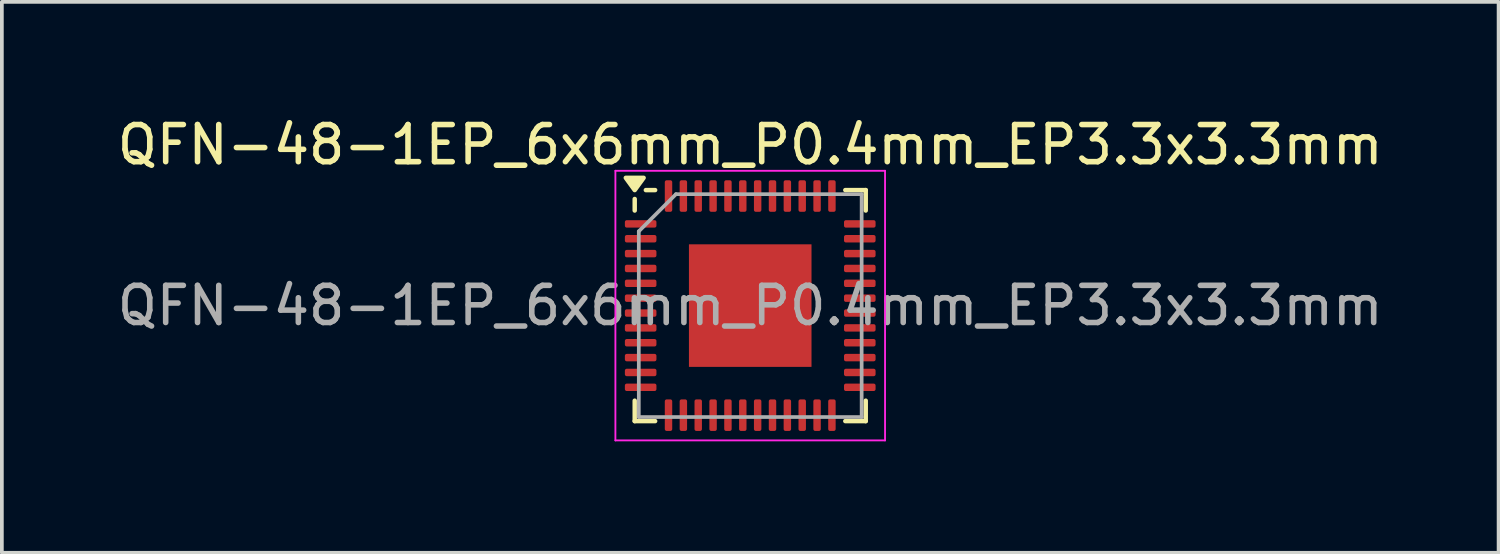
<source format=kicad_pcb>
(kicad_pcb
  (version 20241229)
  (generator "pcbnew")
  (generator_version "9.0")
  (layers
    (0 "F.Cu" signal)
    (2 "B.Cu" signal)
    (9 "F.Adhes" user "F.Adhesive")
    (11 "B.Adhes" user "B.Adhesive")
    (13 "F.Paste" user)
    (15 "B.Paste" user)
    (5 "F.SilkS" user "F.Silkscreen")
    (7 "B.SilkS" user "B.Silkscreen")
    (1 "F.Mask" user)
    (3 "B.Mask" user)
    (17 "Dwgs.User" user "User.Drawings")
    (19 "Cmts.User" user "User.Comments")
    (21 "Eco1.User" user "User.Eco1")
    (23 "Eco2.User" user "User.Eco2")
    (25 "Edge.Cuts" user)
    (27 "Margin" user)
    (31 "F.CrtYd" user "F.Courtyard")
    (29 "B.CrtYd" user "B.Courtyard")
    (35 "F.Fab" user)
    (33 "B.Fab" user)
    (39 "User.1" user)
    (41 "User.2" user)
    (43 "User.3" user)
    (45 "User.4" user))
  (footprint "QFN-48-1EP_6x6mm_P0.4mm_EP3.3x3.3mm"
    (layer "F.Cu")
    (at 17.149 5.178)
    (property "Reference" "QFN-48-1EP_6x6mm_P0.4mm_EP3.3x3.3mm" (at 0 -4.33 0) (layer "F.SilkS") (effects (font (size 1 1) (thickness 0.15))))
    (attr smd)
    (fp_line (start -3.11 -2.56) (end -3.11 -2.87) (stroke (width 0.12) (type solid)) (layer "F.SilkS"))
    (fp_line (start -3.11 3.11) (end -3.11 2.56) (stroke (width 0.12) (type solid)) (layer "F.SilkS"))
    (fp_line (start -2.56 -3.11) (end -2.81 -3.11) (stroke (width 0.12) (type solid)) (layer "F.SilkS"))
    (fp_line (start -2.56 3.11) (end -3.11 3.11) (stroke (width 0.12) (type solid)) (layer "F.SilkS"))
    (fp_line (start 2.56 -3.11) (end 3.11 -3.11) (stroke (width 0.12) (type solid)) (layer "F.SilkS"))
    (fp_line (start 2.56 3.11) (end 3.11 3.11) (stroke (width 0.12) (type solid)) (layer "F.SilkS"))
    (fp_line (start 3.11 -3.11) (end 3.11 -2.56) (stroke (width 0.12) (type solid)) (layer "F.SilkS"))
    (fp_line (start 3.11 3.11) (end 3.11 2.56) (stroke (width 0.12) (type solid)) (layer "F.SilkS"))
    (fp_poly (pts (xy -3.11 -3.11) (xy -3.35 -3.44) (xy -2.87 -3.44) (xy -3.11 -3.11)) (stroke (width 0.12) (type solid)) (fill yes) (layer "F.SilkS"))
    (fp_line (start -3.63 -3.63) (end -3.63 3.63) (stroke (width 0.05) (type solid)) (layer "F.CrtYd"))
    (fp_line (start -3.63 3.63) (end 3.63 3.63) (stroke (width 0.05) (type solid)) (layer "F.CrtYd"))
    (fp_line (start 3.63 -3.63) (end -3.63 -3.63) (stroke (width 0.05) (type solid)) (layer "F.CrtYd"))
    (fp_line (start 3.63 3.63) (end 3.63 -3.63) (stroke (width 0.05) (type solid)) (layer "F.CrtYd"))
    (fp_line (start -3 -2) (end -2 -3) (stroke (width 0.1) (type solid)) (layer "F.Fab"))
    (fp_line (start -3 3) (end -3 -2) (stroke (width 0.1) (type solid)) (layer "F.Fab"))
    (fp_line (start -2 -3) (end 3 -3) (stroke (width 0.1) (type solid)) (layer "F.Fab"))
    (fp_line (start 3 -3) (end 3 3) (stroke (width 0.1) (type solid)) (layer "F.Fab"))
    (fp_line (start 3 3) (end -3 3) (stroke (width 0.1) (type solid)) (layer "F.Fab"))
    (fp_text user "${REFERENCE}" (at 0 0 0) (layer "F.Fab") (effects (font (size 1 1) (thickness 0.15))))
    (pad "" smd roundrect (at -1.07 -1.12) (size 0.8 0.8) (layers "F.Paste") (roundrect_rratio 0.221))
    (pad "" smd roundrect (at -1.07 0) (size 0.8 0.8) (layers "F.Paste") (roundrect_rratio 0.221))
    (pad "" smd roundrect (at -1.07 1.09) (size 0.8 0.8) (layers "F.Paste") (roundrect_rratio 0.221))
    (pad "" smd roundrect (at 0 -1.12) (size 0.8 0.8) (layers "F.Paste") (roundrect_rratio 0.221))
    (pad "" smd roundrect (at 0 0) (size 0.8 0.8) (layers "F.Paste") (roundrect_rratio 0.221))
    (pad "" smd roundrect (at 0 1.09) (size 0.8 0.8) (layers "F.Paste") (roundrect_rratio 0.221))
    (pad "" smd roundrect (at 1.08 -1.13) (size 0.8 0.8) (layers "F.Paste") (roundrect_rratio 0.221))
    (pad "" smd roundrect (at 1.08 -0.01) (size 0.8 0.8) (layers "F.Paste") (roundrect_rratio 0.221))
    (pad "" smd roundrect (at 1.08 1.08) (size 0.8 0.8) (layers "F.Paste") (roundrect_rratio 0.221))
    (pad "1" smd roundrect (at -2.95 -2.2) (size 0.85 0.2) (layers "F.Cu" "F.Mask" "F.Paste") (roundrect_rratio 0.25))
    (pad "2" smd roundrect (at -2.95 -1.8) (size 0.85 0.2) (layers "F.Cu" "F.Mask" "F.Paste") (roundrect_rratio 0.25))
    (pad "3" smd roundrect (at -2.95 -1.4) (size 0.85 0.2) (layers "F.Cu" "F.Mask" "F.Paste") (roundrect_rratio 0.25))
    (pad "4" smd roundrect (at -2.95 -1) (size 0.85 0.2) (layers "F.Cu" "F.Mask" "F.Paste") (roundrect_rratio 0.25))
    (pad "5" smd roundrect (at -2.95 -0.6) (size 0.85 0.2) (layers "F.Cu" "F.Mask" "F.Paste") (roundrect_rratio 0.25))
    (pad "6" smd roundrect (at -2.95 -0.2) (size 0.85 0.2) (layers "F.Cu" "F.Mask" "F.Paste") (roundrect_rratio 0.25))
    (pad "7" smd roundrect (at -2.95 0.2) (size 0.85 0.2) (layers "F.Cu" "F.Mask" "F.Paste") (roundrect_rratio 0.25))
    (pad "8" smd roundrect (at -2.95 0.6) (size 0.85 0.2) (layers "F.Cu" "F.Mask" "F.Paste") (roundrect_rratio 0.25))
    (pad "9" smd roundrect (at -2.95 1) (size 0.85 0.2) (layers "F.Cu" "F.Mask" "F.Paste") (roundrect_rratio 0.25))
    (pad "10" smd roundrect (at -2.95 1.4) (size 0.85 0.2) (layers "F.Cu" "F.Mask" "F.Paste") (roundrect_rratio 0.25))
    (pad "11" smd roundrect (at -2.95 1.8) (size 0.85 0.2) (layers "F.Cu" "F.Mask" "F.Paste") (roundrect_rratio 0.25))
    (pad "12" smd roundrect (at -2.95 2.2) (size 0.85 0.2) (layers "F.Cu" "F.Mask" "F.Paste") (roundrect_rratio 0.25))
    (pad "13" smd roundrect (at -2.2 2.95) (size 0.2 0.85) (layers "F.Cu" "F.Mask" "F.Paste") (roundrect_rratio 0.25))
    (pad "14" smd roundrect (at -1.8 2.95) (size 0.2 0.85) (layers "F.Cu" "F.Mask" "F.Paste") (roundrect_rratio 0.25))
    (pad "15" smd roundrect (at -1.4 2.95) (size 0.2 0.85) (layers "F.Cu" "F.Mask" "F.Paste") (roundrect_rratio 0.25))
    (pad "16" smd roundrect (at -1 2.95) (size 0.2 0.85) (layers "F.Cu" "F.Mask" "F.Paste") (roundrect_rratio 0.25))
    (pad "17" smd roundrect (at -0.6 2.95) (size 0.2 0.85) (layers "F.Cu" "F.Mask" "F.Paste") (roundrect_rratio 0.25))
    (pad "18" smd roundrect (at -0.2 2.95) (size 0.2 0.85) (layers "F.Cu" "F.Mask" "F.Paste") (roundrect_rratio 0.25))
    (pad "19" smd roundrect (at 0.2 2.95) (size 0.2 0.85) (layers "F.Cu" "F.Mask" "F.Paste") (roundrect_rratio 0.25))
    (pad "20" smd roundrect (at 0.6 2.95) (size 0.2 0.85) (layers "F.Cu" "F.Mask" "F.Paste") (roundrect_rratio 0.25))
    (pad "21" smd roundrect (at 1 2.95) (size 0.2 0.85) (layers "F.Cu" "F.Mask" "F.Paste") (roundrect_rratio 0.25))
    (pad "22" smd roundrect (at 1.4 2.95) (size 0.2 0.85) (layers "F.Cu" "F.Mask" "F.Paste") (roundrect_rratio 0.25))
    (pad "23" smd roundrect (at 1.8 2.95) (size 0.2 0.85) (layers "F.Cu" "F.Mask" "F.Paste") (roundrect_rratio 0.25))
    (pad "24" smd roundrect (at 2.2 2.95) (size 0.2 0.85) (layers "F.Cu" "F.Mask" "F.Paste") (roundrect_rratio 0.25))
    (pad "25" smd roundrect (at 2.95 2.2) (size 0.85 0.2) (layers "F.Cu" "F.Mask" "F.Paste") (roundrect_rratio 0.25))
    (pad "26" smd roundrect (at 2.95 1.8) (size 0.85 0.2) (layers "F.Cu" "F.Mask" "F.Paste") (roundrect_rratio 0.25))
    (pad "27" smd roundrect (at 2.95 1.4) (size 0.85 0.2) (layers "F.Cu" "F.Mask" "F.Paste") (roundrect_rratio 0.25))
    (pad "28" smd roundrect (at 2.95 1) (size 0.85 0.2) (layers "F.Cu" "F.Mask" "F.Paste") (roundrect_rratio 0.25))
    (pad "29" smd roundrect (at 2.95 0.6) (size 0.85 0.2) (layers "F.Cu" "F.Mask" "F.Paste") (roundrect_rratio 0.25))
    (pad "30" smd roundrect (at 2.95 0.2) (size 0.85 0.2) (layers "F.Cu" "F.Mask" "F.Paste") (roundrect_rratio 0.25))
    (pad "31" smd roundrect (at 2.95 -0.2) (size 0.85 0.2) (layers "F.Cu" "F.Mask" "F.Paste") (roundrect_rratio 0.25))
    (pad "32" smd roundrect (at 2.95 -0.6) (size 0.85 0.2) (layers "F.Cu" "F.Mask" "F.Paste") (roundrect_rratio 0.25))
    (pad "33" smd roundrect (at 2.95 -1) (size 0.85 0.2) (layers "F.Cu" "F.Mask" "F.Paste") (roundrect_rratio 0.25))
    (pad "34" smd roundrect (at 2.95 -1.4) (size 0.85 0.2) (layers "F.Cu" "F.Mask" "F.Paste") (roundrect_rratio 0.25))
    (pad "35" smd roundrect (at 2.95 -1.8) (size 0.85 0.2) (layers "F.Cu" "F.Mask" "F.Paste") (roundrect_rratio 0.25))
    (pad "36" smd roundrect (at 2.95 -2.2) (size 0.85 0.2) (layers "F.Cu" "F.Mask" "F.Paste") (roundrect_rratio 0.25))
    (pad "37" smd roundrect (at 2.2 -2.95) (size 0.2 0.85) (layers "F.Cu" "F.Mask" "F.Paste") (roundrect_rratio 0.25))
    (pad "38" smd roundrect (at 1.8 -2.95) (size 0.2 0.85) (layers "F.Cu" "F.Mask" "F.Paste") (roundrect_rratio 0.25))
    (pad "39" smd roundrect (at 1.4 -2.95) (size 0.2 0.85) (layers "F.Cu" "F.Mask" "F.Paste") (roundrect_rratio 0.25))
    (pad "40" smd roundrect (at 1 -2.95) (size 0.2 0.85) (layers "F.Cu" "F.Mask" "F.Paste") (roundrect_rratio 0.25))
    (pad "41" smd roundrect (at 0.6 -2.95) (size 0.2 0.85) (layers "F.Cu" "F.Mask" "F.Paste") (roundrect_rratio 0.25))
    (pad "42" smd roundrect (at 0.2 -2.95) (size 0.2 0.85) (layers "F.Cu" "F.Mask" "F.Paste") (roundrect_rratio 0.25))
    (pad "43" smd roundrect (at -0.2 -2.95) (size 0.2 0.85) (layers "F.Cu" "F.Mask" "F.Paste") (roundrect_rratio 0.25))
    (pad "44" smd roundrect (at -0.6 -2.95) (size 0.2 0.85) (layers "F.Cu" "F.Mask" "F.Paste") (roundrect_rratio 0.25))
    (pad "45" smd roundrect (at -1 -2.95) (size 0.2 0.85) (layers "F.Cu" "F.Mask" "F.Paste") (roundrect_rratio 0.25))
    (pad "46" smd roundrect (at -1.4 -2.95) (size 0.2 0.85) (layers "F.Cu" "F.Mask" "F.Paste") (roundrect_rratio 0.25))
    (pad "47" smd roundrect (at -1.8 -2.95) (size 0.2 0.85) (layers "F.Cu" "F.Mask" "F.Paste") (roundrect_rratio 0.25))
    (pad "48" smd roundrect (at -2.2 -2.95) (size 0.2 0.85) (layers "F.Cu" "F.Mask" "F.Paste") (roundrect_rratio 0.25))
    (pad "49" smd rect (at 0 0) (size 3.3 3.3) (property pad_prop_heatsink) (layers "F.Cu" "F.Mask")))
  (gr_rect
    (start -3 -3)
    (end 37.298 11.833)
    (stroke (width 0.1) (type default))
    (fill no)
    (layer "Edge.Cuts")))
</source>
